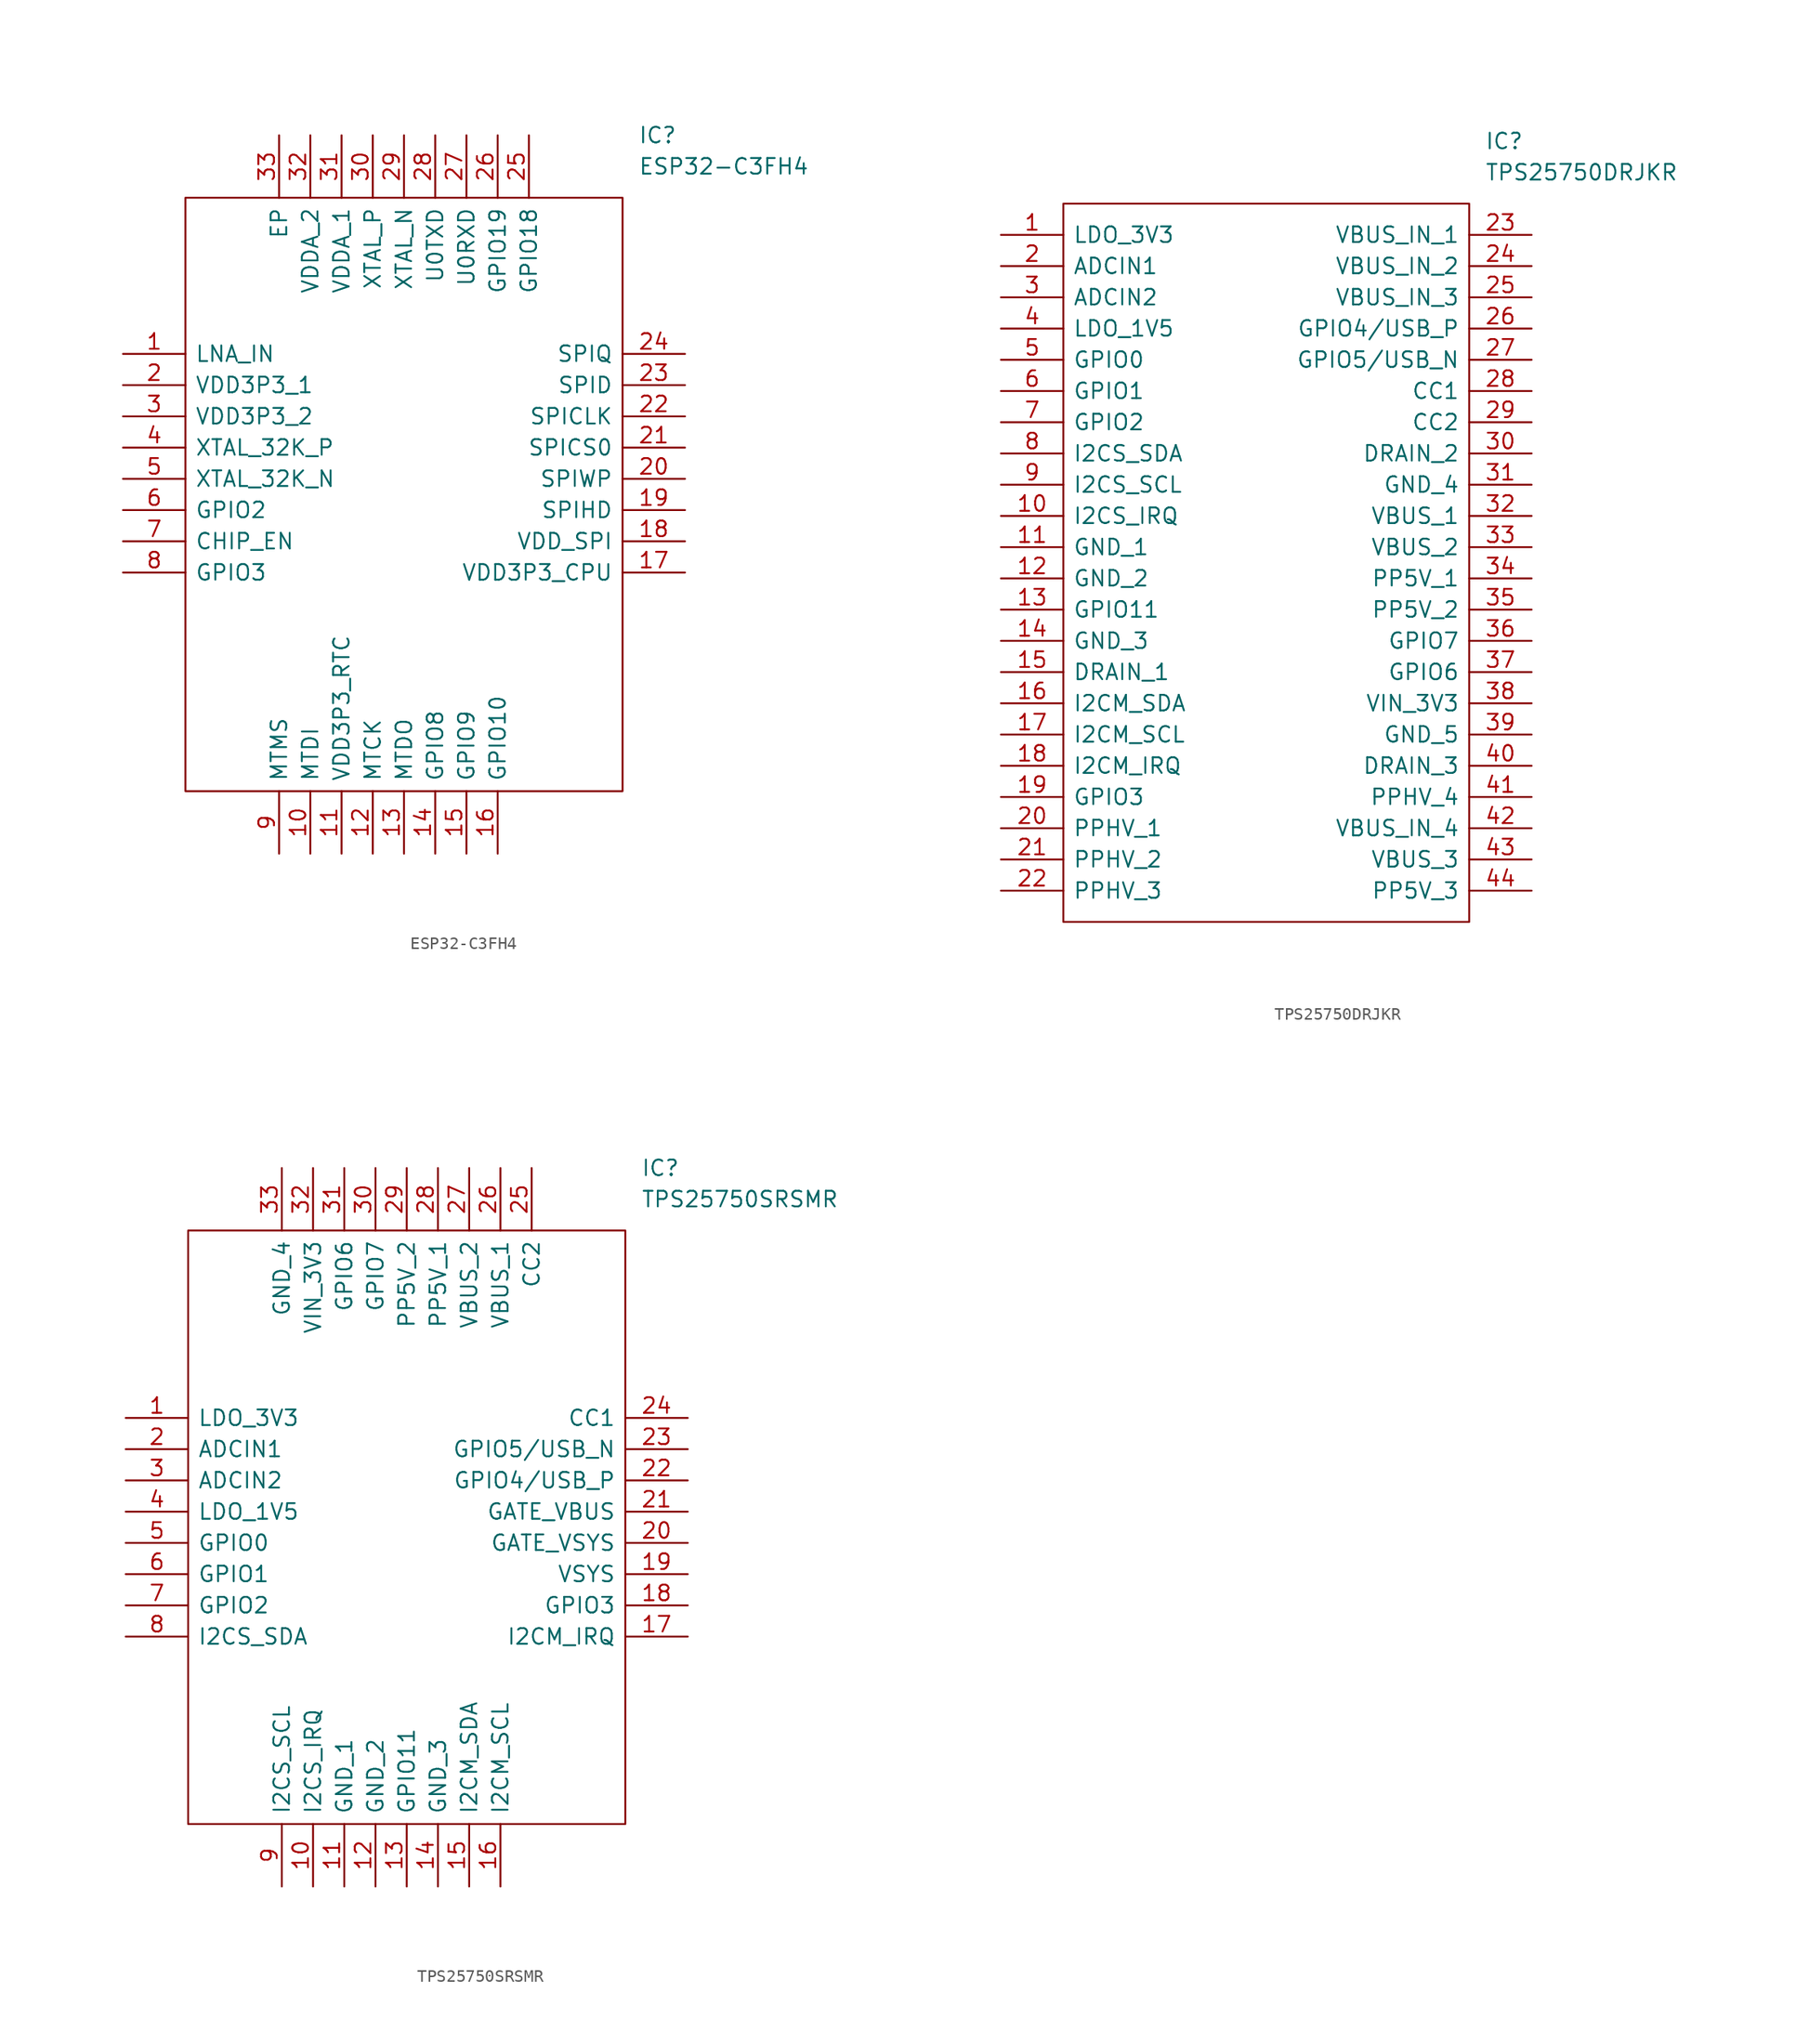
<source format=kicad_sym>
(kicad_symbol_lib
  (version 20211014)
  (generator kicad_symbol_editor)
  (symbol "ESP32-C3FH4"
    (pin_names
      (offset 0.762))
    (property "Reference" "IC"
      (at 41.91 17.78 0)
      (effects (font (size 1.27 1.27)) (justify left)))
    (property "Value" "ESP32-C3FH4"
      (at 41.91 15.24 0)
      (effects (font (size 1.27 1.27)) (justify left)))
    (symbol "ESP32-C3FH4_0_0"
      (pin passive line (at 0 0 0) (length 5.08) (name "LNA_IN" (effects (font (size 1.27 1.27)))) (number "1" (effects (font (size 1.27 1.27)))))
      (pin passive line (at 15.24 -40.64 90) (length 5.08) (name "MTDI" (effects (font (size 1.27 1.27)))) (number "10" (effects (font (size 1.27 1.27)))))
      (pin passive line (at 17.78 -40.64 90) (length 5.08) (name "VDD3P3_RTC" (effects (font (size 1.27 1.27)))) (number "11" (effects (font (size 1.27 1.27)))))
      (pin passive line (at 20.32 -40.64 90) (length 5.08) (name "MTCK" (effects (font (size 1.27 1.27)))) (number "12" (effects (font (size 1.27 1.27)))))
      (pin passive line (at 22.86 -40.64 90) (length 5.08) (name "MTDO" (effects (font (size 1.27 1.27)))) (number "13" (effects (font (size 1.27 1.27)))))
      (pin passive line (at 25.4 -40.64 90) (length 5.08) (name "GPIO8" (effects (font (size 1.27 1.27)))) (number "14" (effects (font (size 1.27 1.27)))))
      (pin passive line (at 27.94 -40.64 90) (length 5.08) (name "GPIO9" (effects (font (size 1.27 1.27)))) (number "15" (effects (font (size 1.27 1.27)))))
      (pin passive line (at 30.48 -40.64 90) (length 5.08) (name "GPIO10" (effects (font (size 1.27 1.27)))) (number "16" (effects (font (size 1.27 1.27)))))
      (pin passive line (at 45.72 -17.78 180) (length 5.08) (name "VDD3P3_CPU" (effects (font (size 1.27 1.27)))) (number "17" (effects (font (size 1.27 1.27)))))
      (pin passive line (at 45.72 -15.24 180) (length 5.08) (name "VDD_SPI" (effects (font (size 1.27 1.27)))) (number "18" (effects (font (size 1.27 1.27)))))
      (pin passive line (at 45.72 -12.7 180) (length 5.08) (name "SPIHD" (effects (font (size 1.27 1.27)))) (number "19" (effects (font (size 1.27 1.27)))))
      (pin passive line (at 0 -2.54 0) (length 5.08) (name "VDD3P3_1" (effects (font (size 1.27 1.27)))) (number "2" (effects (font (size 1.27 1.27)))))
      (pin passive line (at 45.72 -10.16 180) (length 5.08) (name "SPIWP" (effects (font (size 1.27 1.27)))) (number "20" (effects (font (size 1.27 1.27)))))
      (pin passive line (at 45.72 -7.62 180) (length 5.08) (name "SPICS0" (effects (font (size 1.27 1.27)))) (number "21" (effects (font (size 1.27 1.27)))))
      (pin passive line (at 45.72 -5.08 180) (length 5.08) (name "SPICLK" (effects (font (size 1.27 1.27)))) (number "22" (effects (font (size 1.27 1.27)))))
      (pin passive line (at 45.72 -2.54 180) (length 5.08) (name "SPID" (effects (font (size 1.27 1.27)))) (number "23" (effects (font (size 1.27 1.27)))))
      (pin passive line (at 45.72 0 180) (length 5.08) (name "SPIQ" (effects (font (size 1.27 1.27)))) (number "24" (effects (font (size 1.27 1.27)))))
      (pin passive line (at 33.02 17.78 270) (length 5.08) (name "GPIO18" (effects (font (size 1.27 1.27)))) (number "25" (effects (font (size 1.27 1.27)))))
      (pin passive line (at 30.48 17.78 270) (length 5.08) (name "GPIO19" (effects (font (size 1.27 1.27)))) (number "26" (effects (font (size 1.27 1.27)))))
      (pin passive line (at 27.94 17.78 270) (length 5.08) (name "U0RXD" (effects (font (size 1.27 1.27)))) (number "27" (effects (font (size 1.27 1.27)))))
      (pin passive line (at 25.4 17.78 270) (length 5.08) (name "U0TXD" (effects (font (size 1.27 1.27)))) (number "28" (effects (font (size 1.27 1.27)))))
      (pin passive line (at 22.86 17.78 270) (length 5.08) (name "XTAL_N" (effects (font (size 1.27 1.27)))) (number "29" (effects (font (size 1.27 1.27)))))
      (pin passive line (at 0 -5.08 0) (length 5.08) (name "VDD3P3_2" (effects (font (size 1.27 1.27)))) (number "3" (effects (font (size 1.27 1.27)))))
      (pin passive line (at 20.32 17.78 270) (length 5.08) (name "XTAL_P" (effects (font (size 1.27 1.27)))) (number "30" (effects (font (size 1.27 1.27)))))
      (pin passive line (at 17.78 17.78 270) (length 5.08) (name "VDDA_1" (effects (font (size 1.27 1.27)))) (number "31" (effects (font (size 1.27 1.27)))))
      (pin passive line (at 15.24 17.78 270) (length 5.08) (name "VDDA_2" (effects (font (size 1.27 1.27)))) (number "32" (effects (font (size 1.27 1.27)))))
      (pin passive line (at 12.7 17.78 270) (length 5.08) (name "EP" (effects (font (size 1.27 1.27)))) (number "33" (effects (font (size 1.27 1.27)))))
      (pin passive line (at 0 -7.62 0) (length 5.08) (name "XTAL_32K_P" (effects (font (size 1.27 1.27)))) (number "4" (effects (font (size 1.27 1.27)))))
      (pin passive line (at 0 -10.16 0) (length 5.08) (name "XTAL_32K_N" (effects (font (size 1.27 1.27)))) (number "5" (effects (font (size 1.27 1.27)))))
      (pin passive line (at 0 -12.7 0) (length 5.08) (name "GPIO2" (effects (font (size 1.27 1.27)))) (number "6" (effects (font (size 1.27 1.27)))))
      (pin passive line (at 0 -15.24 0) (length 5.08) (name "CHIP_EN" (effects (font (size 1.27 1.27)))) (number "7" (effects (font (size 1.27 1.27)))))
      (pin passive line (at 0 -17.78 0) (length 5.08) (name "GPIO3" (effects (font (size 1.27 1.27)))) (number "8" (effects (font (size 1.27 1.27)))))
      (pin passive line (at 12.7 -40.64 90) (length 5.08) (name "MTMS" (effects (font (size 1.27 1.27)))) (number "9" (effects (font (size 1.27 1.27))))))
    (symbol "ESP32-C3FH4_0_1"
      (polyline (pts (xy 5.08 12.7) (xy 40.64 12.7) (xy 40.64 -35.56) (xy 5.08 -35.56) (xy 5.08 12.7)) (stroke (width 0.152) (type default) (color 0 0 0 0)) (fill (type none)))))
  (symbol "TPS25750DRJKR"
    (pin_names
      (offset 0.762))
    (property "Reference" "IC"
      (at 39.37 7.62 0)
      (effects (font (size 1.27 1.27)) (justify left)))
    (property "Value" "TPS25750DRJKR"
      (at 39.37 5.08 0)
      (effects (font (size 1.27 1.27)) (justify left)))
    (symbol "TPS25750DRJKR_0_0"
      (pin passive line (at 0 0 0) (length 5.08) (name "LDO_3V3" (effects (font (size 1.27 1.27)))) (number "1" (effects (font (size 1.27 1.27)))))
      (pin passive line (at 0 -22.86 0) (length 5.08) (name "I2CS_IRQ" (effects (font (size 1.27 1.27)))) (number "10" (effects (font (size 1.27 1.27)))))
      (pin passive line (at 0 -25.4 0) (length 5.08) (name "GND_1" (effects (font (size 1.27 1.27)))) (number "11" (effects (font (size 1.27 1.27)))))
      (pin passive line (at 0 -27.94 0) (length 5.08) (name "GND_2" (effects (font (size 1.27 1.27)))) (number "12" (effects (font (size 1.27 1.27)))))
      (pin passive line (at 0 -30.48 0) (length 5.08) (name "GPIO11" (effects (font (size 1.27 1.27)))) (number "13" (effects (font (size 1.27 1.27)))))
      (pin passive line (at 0 -33.02 0) (length 5.08) (name "GND_3" (effects (font (size 1.27 1.27)))) (number "14" (effects (font (size 1.27 1.27)))))
      (pin passive line (at 0 -35.56 0) (length 5.08) (name "DRAIN_1" (effects (font (size 1.27 1.27)))) (number "15" (effects (font (size 1.27 1.27)))))
      (pin passive line (at 0 -38.1 0) (length 5.08) (name "I2CM_SDA" (effects (font (size 1.27 1.27)))) (number "16" (effects (font (size 1.27 1.27)))))
      (pin passive line (at 0 -40.64 0) (length 5.08) (name "I2CM_SCL" (effects (font (size 1.27 1.27)))) (number "17" (effects (font (size 1.27 1.27)))))
      (pin passive line (at 0 -43.18 0) (length 5.08) (name "I2CM_IRQ" (effects (font (size 1.27 1.27)))) (number "18" (effects (font (size 1.27 1.27)))))
      (pin passive line (at 0 -45.72 0) (length 5.08) (name "GPIO3" (effects (font (size 1.27 1.27)))) (number "19" (effects (font (size 1.27 1.27)))))
      (pin passive line (at 0 -2.54 0) (length 5.08) (name "ADCIN1" (effects (font (size 1.27 1.27)))) (number "2" (effects (font (size 1.27 1.27)))))
      (pin passive line (at 0 -48.26 0) (length 5.08) (name "PPHV_1" (effects (font (size 1.27 1.27)))) (number "20" (effects (font (size 1.27 1.27)))))
      (pin passive line (at 0 -50.8 0) (length 5.08) (name "PPHV_2" (effects (font (size 1.27 1.27)))) (number "21" (effects (font (size 1.27 1.27)))))
      (pin passive line (at 0 -53.34 0) (length 5.08) (name "PPHV_3" (effects (font (size 1.27 1.27)))) (number "22" (effects (font (size 1.27 1.27)))))
      (pin passive line (at 43.18 0 180) (length 5.08) (name "VBUS_IN_1" (effects (font (size 1.27 1.27)))) (number "23" (effects (font (size 1.27 1.27)))))
      (pin passive line (at 43.18 -2.54 180) (length 5.08) (name "VBUS_IN_2" (effects (font (size 1.27 1.27)))) (number "24" (effects (font (size 1.27 1.27)))))
      (pin passive line (at 43.18 -5.08 180) (length 5.08) (name "VBUS_IN_3" (effects (font (size 1.27 1.27)))) (number "25" (effects (font (size 1.27 1.27)))))
      (pin passive line (at 43.18 -7.62 180) (length 5.08) (name "GPIO4/USB_P" (effects (font (size 1.27 1.27)))) (number "26" (effects (font (size 1.27 1.27)))))
      (pin passive line (at 43.18 -10.16 180) (length 5.08) (name "GPIO5/USB_N" (effects (font (size 1.27 1.27)))) (number "27" (effects (font (size 1.27 1.27)))))
      (pin passive line (at 43.18 -12.7 180) (length 5.08) (name "CC1" (effects (font (size 1.27 1.27)))) (number "28" (effects (font (size 1.27 1.27)))))
      (pin passive line (at 43.18 -15.24 180) (length 5.08) (name "CC2" (effects (font (size 1.27 1.27)))) (number "29" (effects (font (size 1.27 1.27)))))
      (pin passive line (at 0 -5.08 0) (length 5.08) (name "ADCIN2" (effects (font (size 1.27 1.27)))) (number "3" (effects (font (size 1.27 1.27)))))
      (pin passive line (at 43.18 -17.78 180) (length 5.08) (name "DRAIN_2" (effects (font (size 1.27 1.27)))) (number "30" (effects (font (size 1.27 1.27)))))
      (pin passive line (at 43.18 -20.32 180) (length 5.08) (name "GND_4" (effects (font (size 1.27 1.27)))) (number "31" (effects (font (size 1.27 1.27)))))
      (pin passive line (at 43.18 -22.86 180) (length 5.08) (name "VBUS_1" (effects (font (size 1.27 1.27)))) (number "32" (effects (font (size 1.27 1.27)))))
      (pin passive line (at 43.18 -25.4 180) (length 5.08) (name "VBUS_2" (effects (font (size 1.27 1.27)))) (number "33" (effects (font (size 1.27 1.27)))))
      (pin passive line (at 43.18 -27.94 180) (length 5.08) (name "PP5V_1" (effects (font (size 1.27 1.27)))) (number "34" (effects (font (size 1.27 1.27)))))
      (pin passive line (at 43.18 -30.48 180) (length 5.08) (name "PP5V_2" (effects (font (size 1.27 1.27)))) (number "35" (effects (font (size 1.27 1.27)))))
      (pin passive line (at 43.18 -33.02 180) (length 5.08) (name "GPIO7" (effects (font (size 1.27 1.27)))) (number "36" (effects (font (size 1.27 1.27)))))
      (pin passive line (at 43.18 -35.56 180) (length 5.08) (name "GPIO6" (effects (font (size 1.27 1.27)))) (number "37" (effects (font (size 1.27 1.27)))))
      (pin passive line (at 43.18 -38.1 180) (length 5.08) (name "VIN_3V3" (effects (font (size 1.27 1.27)))) (number "38" (effects (font (size 1.27 1.27)))))
      (pin passive line (at 43.18 -40.64 180) (length 5.08) (name "GND_5" (effects (font (size 1.27 1.27)))) (number "39" (effects (font (size 1.27 1.27)))))
      (pin passive line (at 0 -7.62 0) (length 5.08) (name "LDO_1V5" (effects (font (size 1.27 1.27)))) (number "4" (effects (font (size 1.27 1.27)))))
      (pin passive line (at 43.18 -43.18 180) (length 5.08) (name "DRAIN_3" (effects (font (size 1.27 1.27)))) (number "40" (effects (font (size 1.27 1.27)))))
      (pin passive line (at 43.18 -45.72 180) (length 5.08) (name "PPHV_4" (effects (font (size 1.27 1.27)))) (number "41" (effects (font (size 1.27 1.27)))))
      (pin passive line (at 43.18 -48.26 180) (length 5.08) (name "VBUS_IN_4" (effects (font (size 1.27 1.27)))) (number "42" (effects (font (size 1.27 1.27)))))
      (pin passive line (at 43.18 -50.8 180) (length 5.08) (name "VBUS_3" (effects (font (size 1.27 1.27)))) (number "43" (effects (font (size 1.27 1.27)))))
      (pin passive line (at 43.18 -53.34 180) (length 5.08) (name "PP5V_3" (effects (font (size 1.27 1.27)))) (number "44" (effects (font (size 1.27 1.27)))))
      (pin passive line (at 0 -10.16 0) (length 5.08) (name "GPIO0" (effects (font (size 1.27 1.27)))) (number "5" (effects (font (size 1.27 1.27)))))
      (pin passive line (at 0 -12.7 0) (length 5.08) (name "GPIO1" (effects (font (size 1.27 1.27)))) (number "6" (effects (font (size 1.27 1.27)))))
      (pin passive line (at 0 -15.24 0) (length 5.08) (name "GPIO2" (effects (font (size 1.27 1.27)))) (number "7" (effects (font (size 1.27 1.27)))))
      (pin passive line (at 0 -17.78 0) (length 5.08) (name "I2CS_SDA" (effects (font (size 1.27 1.27)))) (number "8" (effects (font (size 1.27 1.27)))))
      (pin passive line (at 0 -20.32 0) (length 5.08) (name "I2CS_SCL" (effects (font (size 1.27 1.27)))) (number "9" (effects (font (size 1.27 1.27))))))
    (symbol "TPS25750DRJKR_0_1"
      (polyline (pts (xy 5.08 2.54) (xy 38.1 2.54) (xy 38.1 -55.88) (xy 5.08 -55.88) (xy 5.08 2.54)) (stroke (width 0.152) (type default) (color 0 0 0 0)) (fill (type none)))))
  (symbol "TPS25750SRSMR"
    (pin_names
      (offset 0.762))
    (property "Reference" "IC"
      (at 41.91 20.32 0)
      (effects (font (size 1.27 1.27)) (justify left)))
    (property "Value" "TPS25750SRSMR"
      (at 41.91 17.78 0)
      (effects (font (size 1.27 1.27)) (justify left)))
    (symbol "TPS25750SRSMR_0_0"
      (pin passive line (at 0 0 0) (length 5.08) (name "LDO_3V3" (effects (font (size 1.27 1.27)))) (number "1" (effects (font (size 1.27 1.27)))))
      (pin passive line (at 15.24 -38.1 90) (length 5.08) (name "I2CS_IRQ" (effects (font (size 1.27 1.27)))) (number "10" (effects (font (size 1.27 1.27)))))
      (pin passive line (at 17.78 -38.1 90) (length 5.08) (name "GND_1" (effects (font (size 1.27 1.27)))) (number "11" (effects (font (size 1.27 1.27)))))
      (pin passive line (at 20.32 -38.1 90) (length 5.08) (name "GND_2" (effects (font (size 1.27 1.27)))) (number "12" (effects (font (size 1.27 1.27)))))
      (pin passive line (at 22.86 -38.1 90) (length 5.08) (name "GPIO11" (effects (font (size 1.27 1.27)))) (number "13" (effects (font (size 1.27 1.27)))))
      (pin passive line (at 25.4 -38.1 90) (length 5.08) (name "GND_3" (effects (font (size 1.27 1.27)))) (number "14" (effects (font (size 1.27 1.27)))))
      (pin passive line (at 27.94 -38.1 90) (length 5.08) (name "I2CM_SDA" (effects (font (size 1.27 1.27)))) (number "15" (effects (font (size 1.27 1.27)))))
      (pin passive line (at 30.48 -38.1 90) (length 5.08) (name "I2CM_SCL" (effects (font (size 1.27 1.27)))) (number "16" (effects (font (size 1.27 1.27)))))
      (pin passive line (at 45.72 -17.78 180) (length 5.08) (name "I2CM_IRQ" (effects (font (size 1.27 1.27)))) (number "17" (effects (font (size 1.27 1.27)))))
      (pin passive line (at 45.72 -15.24 180) (length 5.08) (name "GPIO3" (effects (font (size 1.27 1.27)))) (number "18" (effects (font (size 1.27 1.27)))))
      (pin passive line (at 45.72 -12.7 180) (length 5.08) (name "VSYS" (effects (font (size 1.27 1.27)))) (number "19" (effects (font (size 1.27 1.27)))))
      (pin passive line (at 0 -2.54 0) (length 5.08) (name "ADCIN1" (effects (font (size 1.27 1.27)))) (number "2" (effects (font (size 1.27 1.27)))))
      (pin passive line (at 45.72 -10.16 180) (length 5.08) (name "GATE_VSYS" (effects (font (size 1.27 1.27)))) (number "20" (effects (font (size 1.27 1.27)))))
      (pin passive line (at 45.72 -7.62 180) (length 5.08) (name "GATE_VBUS" (effects (font (size 1.27 1.27)))) (number "21" (effects (font (size 1.27 1.27)))))
      (pin passive line (at 45.72 -5.08 180) (length 5.08) (name "GPIO4/USB_P" (effects (font (size 1.27 1.27)))) (number "22" (effects (font (size 1.27 1.27)))))
      (pin passive line (at 45.72 -2.54 180) (length 5.08) (name "GPIO5/USB_N" (effects (font (size 1.27 1.27)))) (number "23" (effects (font (size 1.27 1.27)))))
      (pin passive line (at 45.72 0 180) (length 5.08) (name "CC1" (effects (font (size 1.27 1.27)))) (number "24" (effects (font (size 1.27 1.27)))))
      (pin passive line (at 33.02 20.32 270) (length 5.08) (name "CC2" (effects (font (size 1.27 1.27)))) (number "25" (effects (font (size 1.27 1.27)))))
      (pin passive line (at 30.48 20.32 270) (length 5.08) (name "VBUS_1" (effects (font (size 1.27 1.27)))) (number "26" (effects (font (size 1.27 1.27)))))
      (pin passive line (at 27.94 20.32 270) (length 5.08) (name "VBUS_2" (effects (font (size 1.27 1.27)))) (number "27" (effects (font (size 1.27 1.27)))))
      (pin passive line (at 25.4 20.32 270) (length 5.08) (name "PP5V_1" (effects (font (size 1.27 1.27)))) (number "28" (effects (font (size 1.27 1.27)))))
      (pin passive line (at 22.86 20.32 270) (length 5.08) (name "PP5V_2" (effects (font (size 1.27 1.27)))) (number "29" (effects (font (size 1.27 1.27)))))
      (pin passive line (at 0 -5.08 0) (length 5.08) (name "ADCIN2" (effects (font (size 1.27 1.27)))) (number "3" (effects (font (size 1.27 1.27)))))
      (pin passive line (at 20.32 20.32 270) (length 5.08) (name "GPIO7" (effects (font (size 1.27 1.27)))) (number "30" (effects (font (size 1.27 1.27)))))
      (pin passive line (at 17.78 20.32 270) (length 5.08) (name "GPIO6" (effects (font (size 1.27 1.27)))) (number "31" (effects (font (size 1.27 1.27)))))
      (pin passive line (at 15.24 20.32 270) (length 5.08) (name "VIN_3V3" (effects (font (size 1.27 1.27)))) (number "32" (effects (font (size 1.27 1.27)))))
      (pin passive line (at 12.7 20.32 270) (length 5.08) (name "GND_4" (effects (font (size 1.27 1.27)))) (number "33" (effects (font (size 1.27 1.27)))))
      (pin passive line (at 0 -7.62 0) (length 5.08) (name "LDO_1V5" (effects (font (size 1.27 1.27)))) (number "4" (effects (font (size 1.27 1.27)))))
      (pin passive line (at 0 -10.16 0) (length 5.08) (name "GPIO0" (effects (font (size 1.27 1.27)))) (number "5" (effects (font (size 1.27 1.27)))))
      (pin passive line (at 0 -12.7 0) (length 5.08) (name "GPIO1" (effects (font (size 1.27 1.27)))) (number "6" (effects (font (size 1.27 1.27)))))
      (pin passive line (at 0 -15.24 0) (length 5.08) (name "GPIO2" (effects (font (size 1.27 1.27)))) (number "7" (effects (font (size 1.27 1.27)))))
      (pin passive line (at 0 -17.78 0) (length 5.08) (name "I2CS_SDA" (effects (font (size 1.27 1.27)))) (number "8" (effects (font (size 1.27 1.27)))))
      (pin passive line (at 12.7 -38.1 90) (length 5.08) (name "I2CS_SCL" (effects (font (size 1.27 1.27)))) (number "9" (effects (font (size 1.27 1.27))))))
    (symbol "TPS25750SRSMR_0_1"
      (polyline (pts (xy 5.08 15.24) (xy 40.64 15.24) (xy 40.64 -33.02) (xy 5.08 -33.02) (xy 5.08 15.24)) (stroke (width 0.152) (type default) (color 0 0 0 0)) (fill (type none))))))
</source>
